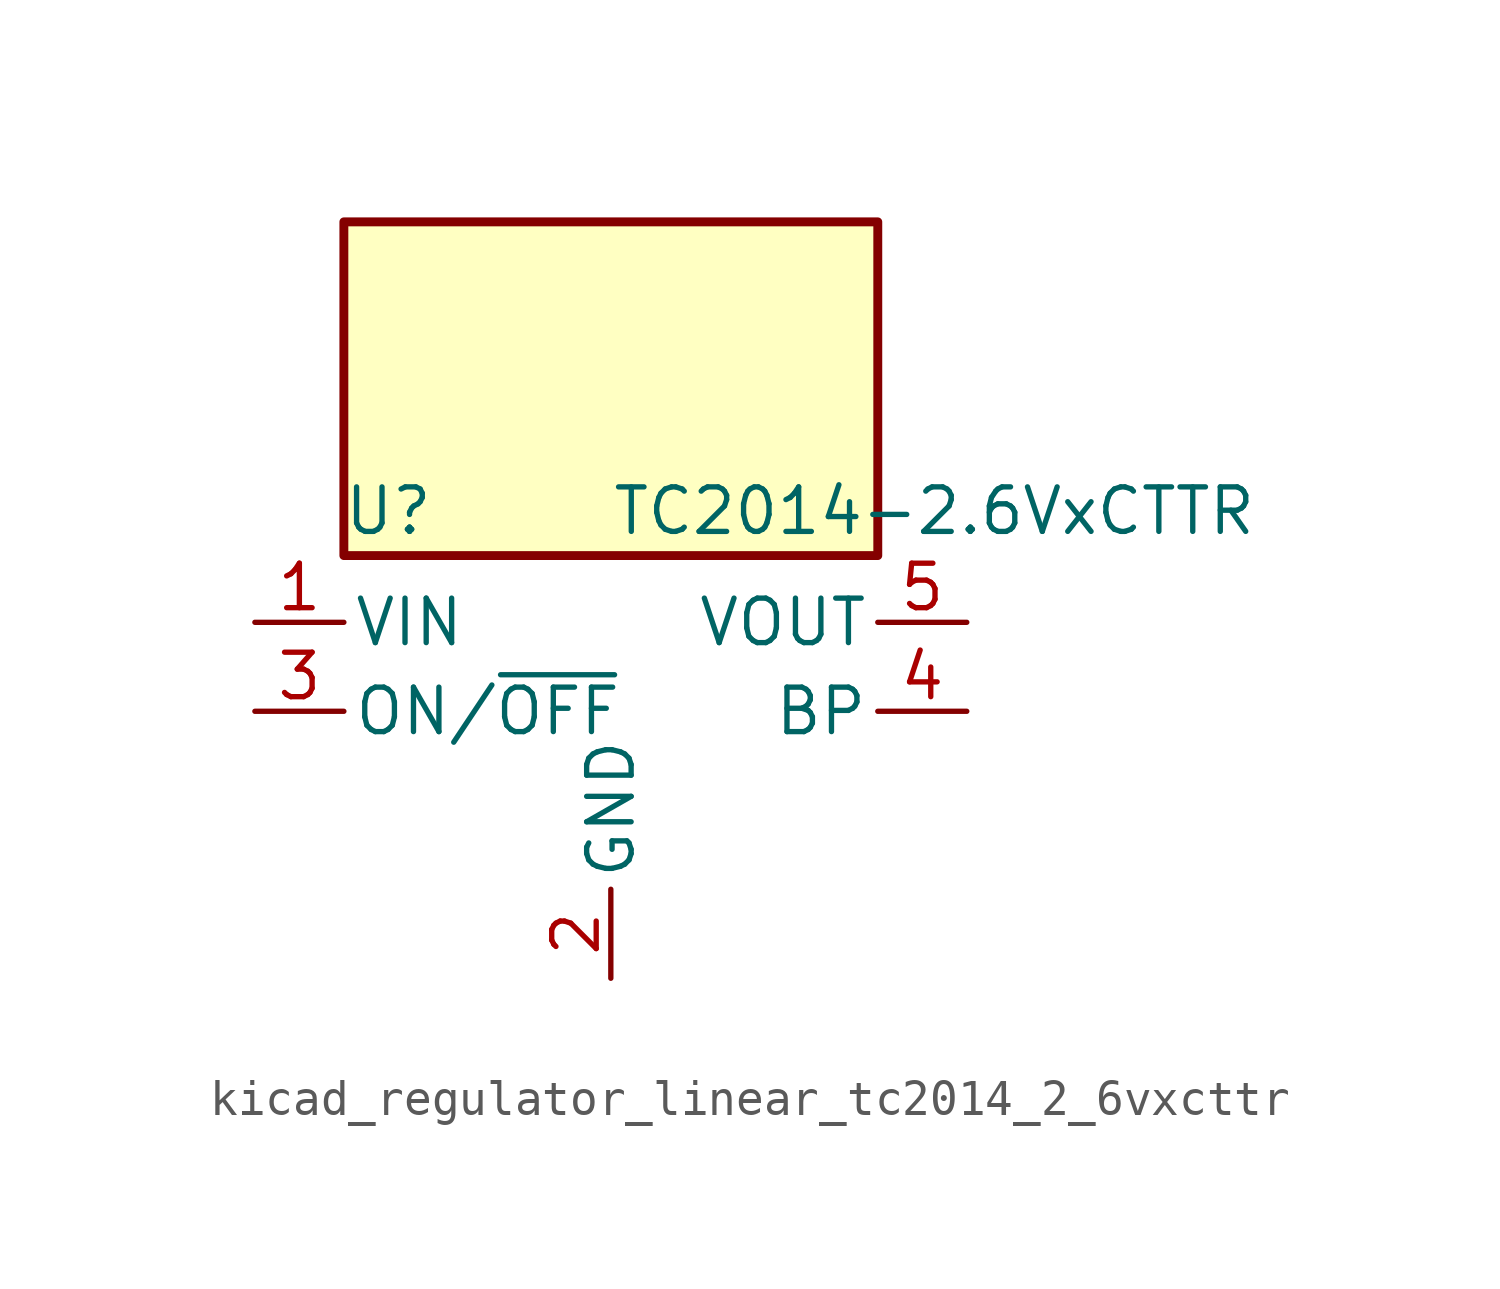
<source format=kicad_sym>
(kicad_symbol_lib
  (version 20220914)
  (generator kicad_symbol_editor)
  (symbol "kicad_regulator_linear_tc2014_2_6vxcttr"
    (pin_names
      (offset 0.254))
    (property "Reference" "U"
      (at -6.35 5.715 0)
      (effects (font (size 1.27 1.27))))
    (property "Value" "TC2014-2.6VxCTTR"
      (at 0 5.715 0)
      (effects (font (size 1.27 1.27)) (justify left)))
    (symbol "kicad_regulator_linear_tc2014_2_6vxcttr_0_1"
      (rectangle (start 7.62 13.97) (end -7.62 4.445) (stroke (width 0.254) (type default)) (fill (type background))))
    (symbol "kicad_regulator_linear_tc2014_2_6vxcttr_1_1"
      (pin power_in line (at -10.16 2.54 0) (length 2.54) (name "VIN" (effects (font (size 1.27 1.27)))) (number "1" (effects (font (size 1.27 1.27)))))
      (pin power_in line (at 0 -7.62 90) (length 2.54) (name "GND" (effects (font (size 1.27 1.27)))) (number "2" (effects (font (size 1.27 1.27)))))
      (pin input line (at -10.16 0 0) (length 2.54) (name "ON/~{OFF}" (effects (font (size 1.27 1.27)))) (number "3" (effects (font (size 1.27 1.27)))))
      (pin input line (at 10.16 0 180) (length 2.54) (name "BP" (effects (font (size 1.27 1.27)))) (number "4" (effects (font (size 1.27 1.27)))))
      (pin power_out line (at 10.16 2.54 180) (length 2.54) (name "VOUT" (effects (font (size 1.27 1.27)))) (number "5" (effects (font (size 1.27 1.27))))))))
</source>
